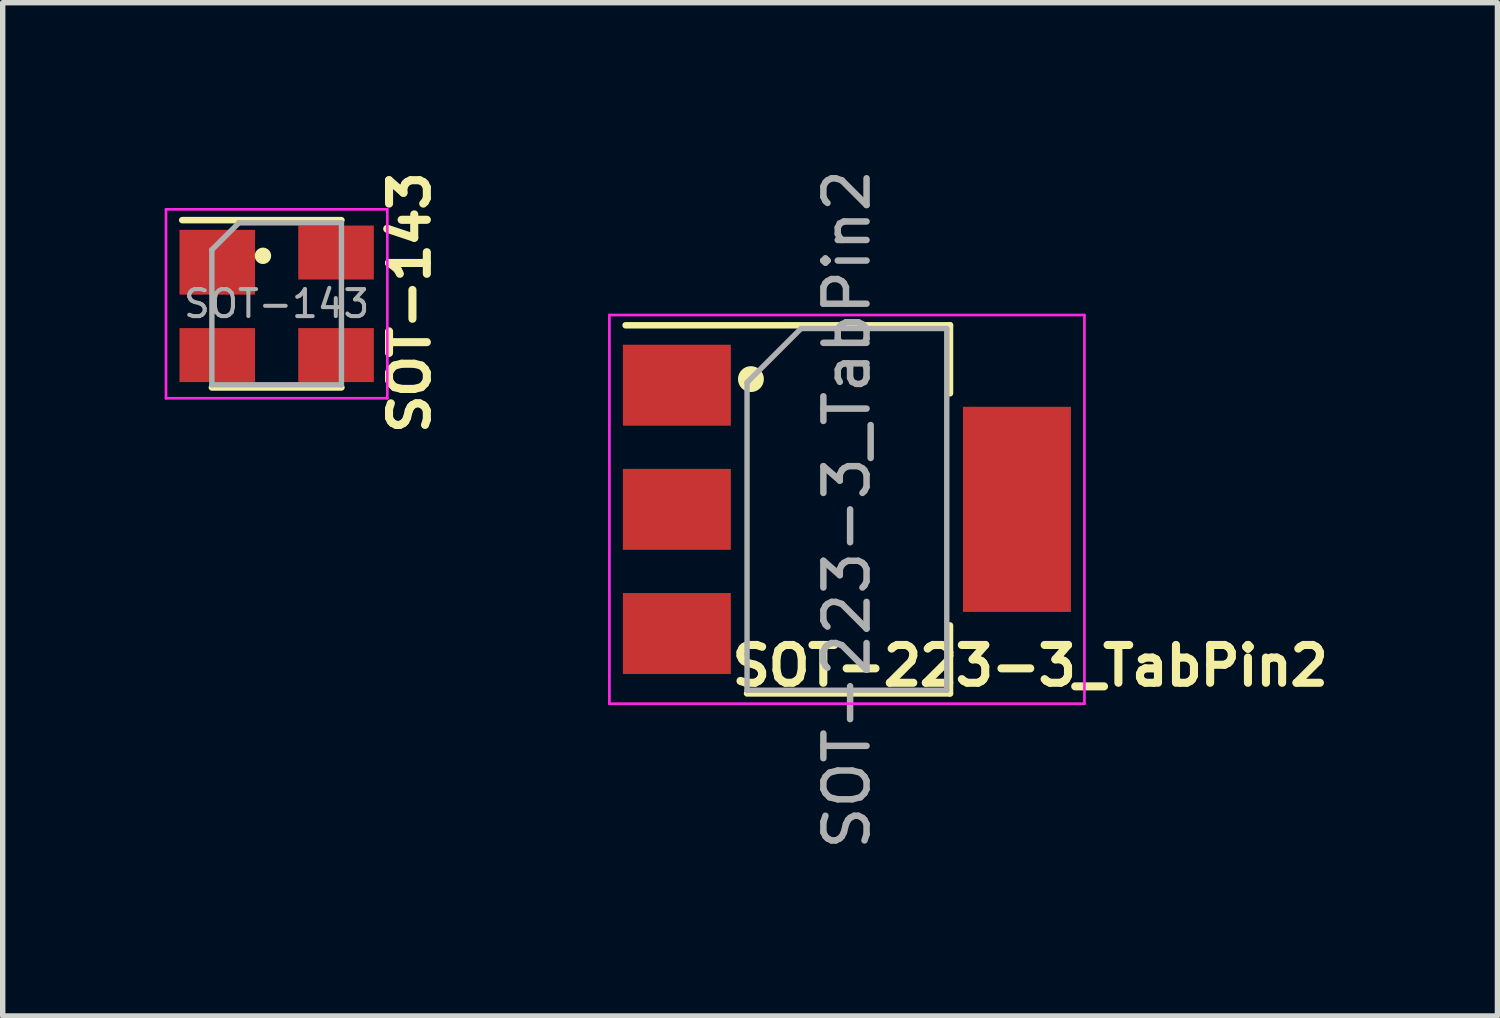
<source format=kicad_pcb>
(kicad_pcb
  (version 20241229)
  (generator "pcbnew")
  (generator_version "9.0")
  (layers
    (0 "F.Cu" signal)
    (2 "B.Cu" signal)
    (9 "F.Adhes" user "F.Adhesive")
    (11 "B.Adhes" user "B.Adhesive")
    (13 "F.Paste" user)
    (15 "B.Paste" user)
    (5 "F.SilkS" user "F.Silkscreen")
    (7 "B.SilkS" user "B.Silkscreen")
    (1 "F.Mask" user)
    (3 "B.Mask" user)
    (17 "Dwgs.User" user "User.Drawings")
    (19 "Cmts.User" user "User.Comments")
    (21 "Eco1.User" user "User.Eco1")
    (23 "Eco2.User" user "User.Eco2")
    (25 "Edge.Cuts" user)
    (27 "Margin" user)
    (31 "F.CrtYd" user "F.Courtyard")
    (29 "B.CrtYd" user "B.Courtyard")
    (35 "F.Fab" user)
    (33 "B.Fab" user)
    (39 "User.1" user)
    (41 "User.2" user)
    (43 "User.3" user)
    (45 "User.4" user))
  (footprint "SOT-143"
    (layer "F.Cu")
    (at 2.075 2.578)
    (property "Reference" "SOT-143" (at 2.466 -0.023 90) (layer "F.SilkS") (effects (font (size 0.7 0.7) (thickness 0.15))))
    (attr smd)
    (fp_line (start -1.2 1.55) (end 1.2 1.55) (stroke (width 0.12) (type solid)) (layer "F.SilkS"))
    (fp_line (start 1.2 -1.55) (end -1.75 -1.55) (stroke (width 0.12) (type solid)) (layer "F.SilkS"))
    (fp_circle (center -0.254 -0.889) (end -0.127 -0.889) (stroke (width 0.05) (type solid)) (fill yes) (layer "F.SilkS"))
    (fp_line (start -2.05 1.75) (end -2.05 -1.75) (stroke (width 0.05) (type solid)) (layer "F.CrtYd"))
    (fp_line (start -2.05 1.75) (end 2.05 1.75) (stroke (width 0.05) (type solid)) (layer "F.CrtYd"))
    (fp_line (start 2.05 -1.75) (end -2.05 -1.75) (stroke (width 0.05) (type solid)) (layer "F.CrtYd"))
    (fp_line (start 2.05 -1.75) (end 2.05 1.75) (stroke (width 0.05) (type solid)) (layer "F.CrtYd"))
    (fp_line (start -1.2 -1) (end -0.7 -1.5) (stroke (width 0.1) (type solid)) (layer "F.Fab"))
    (fp_line (start -1.2 1.5) (end -1.2 -1) (stroke (width 0.1) (type solid)) (layer "F.Fab"))
    (fp_line (start -0.7 -1.5) (end 1.2 -1.5) (stroke (width 0.1) (type solid)) (layer "F.Fab"))
    (fp_line (start 1.2 -1.5) (end 1.2 1.5) (stroke (width 0.1) (type solid)) (layer "F.Fab"))
    (fp_line (start 1.2 1.5) (end -1.2 1.5) (stroke (width 0.1) (type solid)) (layer "F.Fab"))
    (fp_text user "${REFERENCE}" (at 0 0 0) (layer "F.Fab") (effects (font (size 0.5 0.5) (thickness 0.075))))
    (pad "1" smd rect (at -1.1 -0.77 270) (size 1.2 1.4) (layers "F.Cu" "F.Mask" "F.Paste"))
    (pad "2" smd rect (at -1.1 0.95 270) (size 1 1.4) (layers "F.Cu" "F.Mask" "F.Paste"))
    (pad "3" smd rect (at 1.1 0.95 270) (size 1 1.4) (layers "F.Cu" "F.Mask" "F.Paste"))
    (pad "4" smd rect (at 1.1 -0.95 270) (size 1 1.4) (layers "F.Cu" "F.Mask" "F.Paste")))
  (footprint "SOT-223-3_TabPin2"
    (layer "F.Cu")
    (at 12.639 6.386)
    (property "Reference" "SOT-223-3_TabPin2" (at 3.396 2.896 180) (layer "F.SilkS") (effects (font (size 0.7 0.7) (thickness 0.15))))
    (attr smd)
    (fp_line (start -4.1 -3.41) (end 1.91 -3.41) (stroke (width 0.12) (type solid)) (layer "F.SilkS"))
    (fp_line (start -1.85 3.41) (end 1.91 3.41) (stroke (width 0.12) (type solid)) (layer "F.SilkS"))
    (fp_line (start 1.91 -3.41) (end 1.91 -2.15) (stroke (width 0.12) (type solid)) (layer "F.SilkS"))
    (fp_line (start 1.91 3.41) (end 1.91 2.15) (stroke (width 0.12) (type solid)) (layer "F.SilkS"))
    (fp_circle (center -1.778 -2.413) (end -1.598 -2.413) (stroke (width 0.12) (type solid)) (fill yes) (layer "F.SilkS"))
    (fp_line (start -4.4 -3.6) (end -4.4 3.6) (stroke (width 0.05) (type solid)) (layer "F.CrtYd"))
    (fp_line (start -4.4 3.6) (end 4.4 3.6) (stroke (width 0.05) (type solid)) (layer "F.CrtYd"))
    (fp_line (start 4.4 -3.6) (end -4.4 -3.6) (stroke (width 0.05) (type solid)) (layer "F.CrtYd"))
    (fp_line (start 4.4 3.6) (end 4.4 -3.6) (stroke (width 0.05) (type solid)) (layer "F.CrtYd"))
    (fp_line (start -1.85 -2.35) (end -1.85 3.35) (stroke (width 0.1) (type solid)) (layer "F.Fab"))
    (fp_line (start -1.85 -2.35) (end -0.85 -3.35) (stroke (width 0.1) (type solid)) (layer "F.Fab"))
    (fp_line (start -1.85 3.35) (end 1.85 3.35) (stroke (width 0.1) (type solid)) (layer "F.Fab"))
    (fp_line (start -0.85 -3.35) (end 1.85 -3.35) (stroke (width 0.1) (type solid)) (layer "F.Fab"))
    (fp_line (start 1.85 -3.35) (end 1.85 3.35) (stroke (width 0.1) (type solid)) (layer "F.Fab"))
    (fp_text user "${REFERENCE}" (at 0 0 270) (layer "F.Fab") (effects (font (size 0.8 0.8) (thickness 0.12))))
    (pad "1" smd rect (at -3.15 -2.3) (size 2 1.5) (layers "F.Cu" "F.Mask" "F.Paste"))
    (pad "2" smd rect (at -3.15 0) (size 2 1.5) (layers "F.Cu" "F.Mask" "F.Paste"))
    (pad "2" smd rect (at 3.15 0) (size 2 3.8) (layers "F.Cu" "F.Mask" "F.Paste"))
    (pad "3" smd rect (at -3.15 2.3) (size 2 1.5) (layers "F.Cu" "F.Mask" "F.Paste")))
  (gr_rect
    (start -3 -3)
    (end 24.69 15.771)
    (stroke (width 0.1) (type default))
    (fill no)
    (layer "Edge.Cuts")))
</source>
